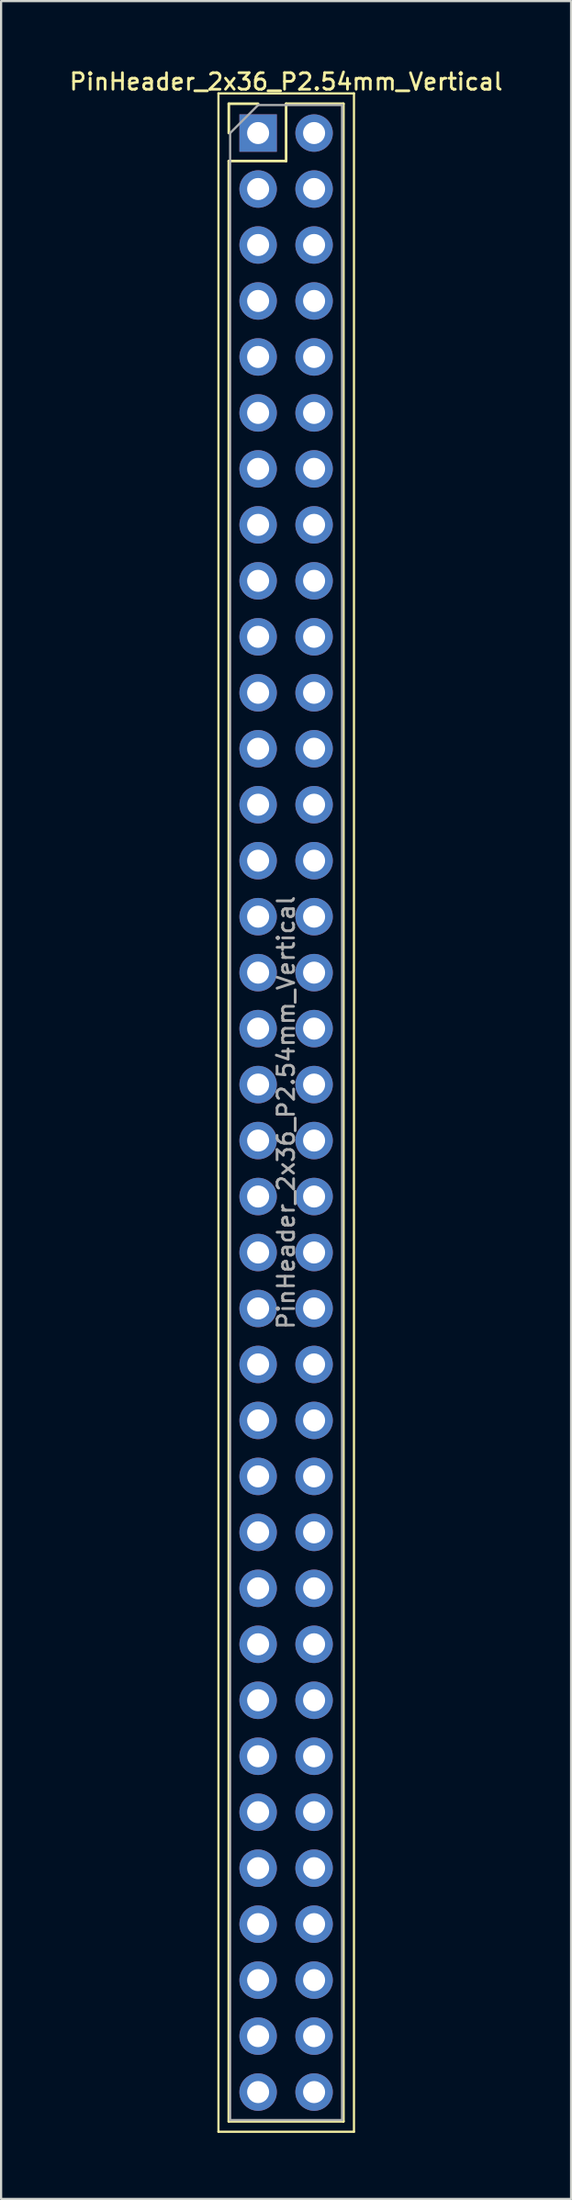
<source format=kicad_pcb>
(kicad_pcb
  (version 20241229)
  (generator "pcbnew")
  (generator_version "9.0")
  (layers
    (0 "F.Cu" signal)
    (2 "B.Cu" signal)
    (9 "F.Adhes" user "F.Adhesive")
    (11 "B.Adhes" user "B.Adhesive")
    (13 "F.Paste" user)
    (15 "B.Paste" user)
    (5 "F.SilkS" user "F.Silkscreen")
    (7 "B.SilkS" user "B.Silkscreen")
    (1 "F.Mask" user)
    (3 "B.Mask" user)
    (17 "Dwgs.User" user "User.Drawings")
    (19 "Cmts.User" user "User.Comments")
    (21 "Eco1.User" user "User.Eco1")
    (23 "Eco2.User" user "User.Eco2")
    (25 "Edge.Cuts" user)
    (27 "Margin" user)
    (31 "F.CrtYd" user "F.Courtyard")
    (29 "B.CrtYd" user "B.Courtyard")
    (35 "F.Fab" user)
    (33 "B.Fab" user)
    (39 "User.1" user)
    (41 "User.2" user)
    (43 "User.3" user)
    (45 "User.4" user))
  (footprint "PinHeader_2x36_P2.54mm_Vertical"
    (layer "F.Cu")
    (at 8.664 2.988)
    (property "Reference" "PinHeader_2x36_P2.54mm_Vertical" (at 1.27 -2.33 0) (layer "F.SilkS") (effects (font (size 0.75 0.75) (thickness 0.125))))
    (attr through_hole)
    (fp_line (start -1.8 -1.8) (end -1.8 90.7) (stroke (width 0.1) (type solid)) (layer "F.SilkS"))
    (fp_line (start -1.8 90.7) (end 4.35 90.7) (stroke (width 0.1) (type solid)) (layer "F.SilkS"))
    (fp_line (start -1.33 -1.33) (end 0 -1.33) (stroke (width 0.12) (type solid)) (layer "F.SilkS"))
    (fp_line (start -1.33 0) (end -1.33 -1.33) (stroke (width 0.12) (type solid)) (layer "F.SilkS"))
    (fp_line (start -1.33 1.27) (end -1.33 90.23) (stroke (width 0.12) (type solid)) (layer "F.SilkS"))
    (fp_line (start -1.33 1.27) (end 1.27 1.27) (stroke (width 0.12) (type solid)) (layer "F.SilkS"))
    (fp_line (start -1.33 90.23) (end 3.87 90.23) (stroke (width 0.12) (type solid)) (layer "F.SilkS"))
    (fp_line (start 1.27 -1.33) (end 3.87 -1.33) (stroke (width 0.12) (type solid)) (layer "F.SilkS"))
    (fp_line (start 1.27 1.27) (end 1.27 -1.33) (stroke (width 0.12) (type solid)) (layer "F.SilkS"))
    (fp_line (start 3.87 -1.33) (end 3.87 90.23) (stroke (width 0.12) (type solid)) (layer "F.SilkS"))
    (fp_line (start 4.35 -1.8) (end -1.8 -1.8) (stroke (width 0.1) (type solid)) (layer "F.SilkS"))
    (fp_line (start 4.35 90.7) (end 4.35 -1.8) (stroke (width 0.1) (type solid)) (layer "F.SilkS"))
    (fp_line (start -1.27 0) (end 0 -1.27) (stroke (width 0.1) (type solid)) (layer "F.Fab"))
    (fp_line (start -1.27 90.17) (end -1.27 0) (stroke (width 0.1) (type solid)) (layer "F.Fab"))
    (fp_line (start 0 -1.27) (end 3.81 -1.27) (stroke (width 0.1) (type solid)) (layer "F.Fab"))
    (fp_line (start 3.81 -1.27) (end 3.81 90.17) (stroke (width 0.1) (type solid)) (layer "F.Fab"))
    (fp_line (start 3.81 90.17) (end -1.27 90.17) (stroke (width 0.1) (type solid)) (layer "F.Fab"))
    (fp_text user "${REFERENCE}" (at 1.27 44.45 90) (layer "F.Fab") (effects (font (size 0.75 0.75) (thickness 0.125))))
    (pad "1" thru_hole rect (at 0 0) (size 1.7 1.7) (drill 1) (layers "*.Cu" "*.Mask"))
    (pad "2" thru_hole oval (at 2.54 0) (size 1.7 1.7) (drill 1) (layers "*.Cu" "*.Mask"))
    (pad "3" thru_hole oval (at 0 2.54) (size 1.7 1.7) (drill 1) (layers "*.Cu" "*.Mask"))
    (pad "4" thru_hole oval (at 2.54 2.54) (size 1.7 1.7) (drill 1) (layers "*.Cu" "*.Mask"))
    (pad "5" thru_hole oval (at 0 5.08) (size 1.7 1.7) (drill 1) (layers "*.Cu" "*.Mask"))
    (pad "6" thru_hole oval (at 2.54 5.08) (size 1.7 1.7) (drill 1) (layers "*.Cu" "*.Mask"))
    (pad "7" thru_hole oval (at 0 7.62) (size 1.7 1.7) (drill 1) (layers "*.Cu" "*.Mask"))
    (pad "8" thru_hole oval (at 2.54 7.62) (size 1.7 1.7) (drill 1) (layers "*.Cu" "*.Mask"))
    (pad "9" thru_hole oval (at 0 10.16) (size 1.7 1.7) (drill 1) (layers "*.Cu" "*.Mask"))
    (pad "10" thru_hole oval (at 2.54 10.16) (size 1.7 1.7) (drill 1) (layers "*.Cu" "*.Mask"))
    (pad "11" thru_hole oval (at 0 12.7) (size 1.7 1.7) (drill 1) (layers "*.Cu" "*.Mask"))
    (pad "12" thru_hole oval (at 2.54 12.7) (size 1.7 1.7) (drill 1) (layers "*.Cu" "*.Mask"))
    (pad "13" thru_hole oval (at 0 15.24) (size 1.7 1.7) (drill 1) (layers "*.Cu" "*.Mask"))
    (pad "14" thru_hole oval (at 2.54 15.24) (size 1.7 1.7) (drill 1) (layers "*.Cu" "*.Mask"))
    (pad "15" thru_hole oval (at 0 17.78) (size 1.7 1.7) (drill 1) (layers "*.Cu" "*.Mask"))
    (pad "16" thru_hole oval (at 2.54 17.78) (size 1.7 1.7) (drill 1) (layers "*.Cu" "*.Mask"))
    (pad "17" thru_hole oval (at 0 20.32) (size 1.7 1.7) (drill 1) (layers "*.Cu" "*.Mask"))
    (pad "18" thru_hole oval (at 2.54 20.32) (size 1.7 1.7) (drill 1) (layers "*.Cu" "*.Mask"))
    (pad "19" thru_hole oval (at 0 22.86) (size 1.7 1.7) (drill 1) (layers "*.Cu" "*.Mask"))
    (pad "20" thru_hole oval (at 2.54 22.86) (size 1.7 1.7) (drill 1) (layers "*.Cu" "*.Mask"))
    (pad "21" thru_hole oval (at 0 25.4) (size 1.7 1.7) (drill 1) (layers "*.Cu" "*.Mask"))
    (pad "22" thru_hole oval (at 2.54 25.4) (size 1.7 1.7) (drill 1) (layers "*.Cu" "*.Mask"))
    (pad "23" thru_hole oval (at 0 27.94) (size 1.7 1.7) (drill 1) (layers "*.Cu" "*.Mask"))
    (pad "24" thru_hole oval (at 2.54 27.94) (size 1.7 1.7) (drill 1) (layers "*.Cu" "*.Mask"))
    (pad "25" thru_hole oval (at 0 30.48) (size 1.7 1.7) (drill 1) (layers "*.Cu" "*.Mask"))
    (pad "26" thru_hole oval (at 2.54 30.48) (size 1.7 1.7) (drill 1) (layers "*.Cu" "*.Mask"))
    (pad "27" thru_hole oval (at 0 33.02) (size 1.7 1.7) (drill 1) (layers "*.Cu" "*.Mask"))
    (pad "28" thru_hole oval (at 2.54 33.02) (size 1.7 1.7) (drill 1) (layers "*.Cu" "*.Mask"))
    (pad "29" thru_hole oval (at 0 35.56) (size 1.7 1.7) (drill 1) (layers "*.Cu" "*.Mask"))
    (pad "30" thru_hole oval (at 2.54 35.56) (size 1.7 1.7) (drill 1) (layers "*.Cu" "*.Mask"))
    (pad "31" thru_hole oval (at 0 38.1) (size 1.7 1.7) (drill 1) (layers "*.Cu" "*.Mask"))
    (pad "32" thru_hole oval (at 2.54 38.1) (size 1.7 1.7) (drill 1) (layers "*.Cu" "*.Mask"))
    (pad "33" thru_hole oval (at 0 40.64) (size 1.7 1.7) (drill 1) (layers "*.Cu" "*.Mask"))
    (pad "34" thru_hole oval (at 2.54 40.64) (size 1.7 1.7) (drill 1) (layers "*.Cu" "*.Mask"))
    (pad "35" thru_hole oval (at 0 43.18) (size 1.7 1.7) (drill 1) (layers "*.Cu" "*.Mask"))
    (pad "36" thru_hole oval (at 2.54 43.18) (size 1.7 1.7) (drill 1) (layers "*.Cu" "*.Mask"))
    (pad "37" thru_hole oval (at 0 45.72) (size 1.7 1.7) (drill 1) (layers "*.Cu" "*.Mask"))
    (pad "38" thru_hole oval (at 2.54 45.72) (size 1.7 1.7) (drill 1) (layers "*.Cu" "*.Mask"))
    (pad "39" thru_hole oval (at 0 48.26) (size 1.7 1.7) (drill 1) (layers "*.Cu" "*.Mask"))
    (pad "40" thru_hole oval (at 2.54 48.26) (size 1.7 1.7) (drill 1) (layers "*.Cu" "*.Mask"))
    (pad "41" thru_hole oval (at 0 50.8) (size 1.7 1.7) (drill 1) (layers "*.Cu" "*.Mask"))
    (pad "42" thru_hole oval (at 2.54 50.8) (size 1.7 1.7) (drill 1) (layers "*.Cu" "*.Mask"))
    (pad "43" thru_hole oval (at 0 53.34) (size 1.7 1.7) (drill 1) (layers "*.Cu" "*.Mask"))
    (pad "44" thru_hole oval (at 2.54 53.34) (size 1.7 1.7) (drill 1) (layers "*.Cu" "*.Mask"))
    (pad "45" thru_hole oval (at 0 55.88) (size 1.7 1.7) (drill 1) (layers "*.Cu" "*.Mask"))
    (pad "46" thru_hole oval (at 2.54 55.88) (size 1.7 1.7) (drill 1) (layers "*.Cu" "*.Mask"))
    (pad "47" thru_hole oval (at 0 58.42) (size 1.7 1.7) (drill 1) (layers "*.Cu" "*.Mask"))
    (pad "48" thru_hole oval (at 2.54 58.42) (size 1.7 1.7) (drill 1) (layers "*.Cu" "*.Mask"))
    (pad "49" thru_hole oval (at 0 60.96) (size 1.7 1.7) (drill 1) (layers "*.Cu" "*.Mask"))
    (pad "50" thru_hole oval (at 2.54 60.96) (size 1.7 1.7) (drill 1) (layers "*.Cu" "*.Mask"))
    (pad "51" thru_hole oval (at 0 63.5) (size 1.7 1.7) (drill 1) (layers "*.Cu" "*.Mask"))
    (pad "52" thru_hole oval (at 2.54 63.5) (size 1.7 1.7) (drill 1) (layers "*.Cu" "*.Mask"))
    (pad "53" thru_hole oval (at 0 66.04) (size 1.7 1.7) (drill 1) (layers "*.Cu" "*.Mask"))
    (pad "54" thru_hole oval (at 2.54 66.04) (size 1.7 1.7) (drill 1) (layers "*.Cu" "*.Mask"))
    (pad "55" thru_hole oval (at 0 68.58) (size 1.7 1.7) (drill 1) (layers "*.Cu" "*.Mask"))
    (pad "56" thru_hole oval (at 2.54 68.58) (size 1.7 1.7) (drill 1) (layers "*.Cu" "*.Mask"))
    (pad "57" thru_hole oval (at 0 71.12) (size 1.7 1.7) (drill 1) (layers "*.Cu" "*.Mask"))
    (pad "58" thru_hole oval (at 2.54 71.12) (size 1.7 1.7) (drill 1) (layers "*.Cu" "*.Mask"))
    (pad "59" thru_hole oval (at 0 73.66) (size 1.7 1.7) (drill 1) (layers "*.Cu" "*.Mask"))
    (pad "60" thru_hole oval (at 2.54 73.66) (size 1.7 1.7) (drill 1) (layers "*.Cu" "*.Mask"))
    (pad "61" thru_hole oval (at 0 76.2) (size 1.7 1.7) (drill 1) (layers "*.Cu" "*.Mask"))
    (pad "62" thru_hole oval (at 2.54 76.2) (size 1.7 1.7) (drill 1) (layers "*.Cu" "*.Mask"))
    (pad "63" thru_hole oval (at 0 78.74) (size 1.7 1.7) (drill 1) (layers "*.Cu" "*.Mask"))
    (pad "64" thru_hole oval (at 2.54 78.74) (size 1.7 1.7) (drill 1) (layers "*.Cu" "*.Mask"))
    (pad "65" thru_hole oval (at 0 81.28) (size 1.7 1.7) (drill 1) (layers "*.Cu" "*.Mask"))
    (pad "66" thru_hole oval (at 2.54 81.28) (size 1.7 1.7) (drill 1) (layers "*.Cu" "*.Mask"))
    (pad "67" thru_hole oval (at 0 83.82) (size 1.7 1.7) (drill 1) (layers "*.Cu" "*.Mask"))
    (pad "68" thru_hole oval (at 2.54 83.82) (size 1.7 1.7) (drill 1) (layers "*.Cu" "*.Mask"))
    (pad "69" thru_hole oval (at 0 86.36) (size 1.7 1.7) (drill 1) (layers "*.Cu" "*.Mask"))
    (pad "70" thru_hole oval (at 2.54 86.36) (size 1.7 1.7) (drill 1) (layers "*.Cu" "*.Mask"))
    (pad "71" thru_hole oval (at 0 88.9) (size 1.7 1.7) (drill 1) (layers "*.Cu" "*.Mask"))
    (pad "72" thru_hole oval (at 2.54 88.9) (size 1.7 1.7) (drill 1) (layers "*.Cu" "*.Mask")))
  (gr_rect
    (start -3 -3)
    (end 22.868 96.738)
    (stroke (width 0.1) (type default))
    (fill no)
    (layer "Edge.Cuts")))
</source>
